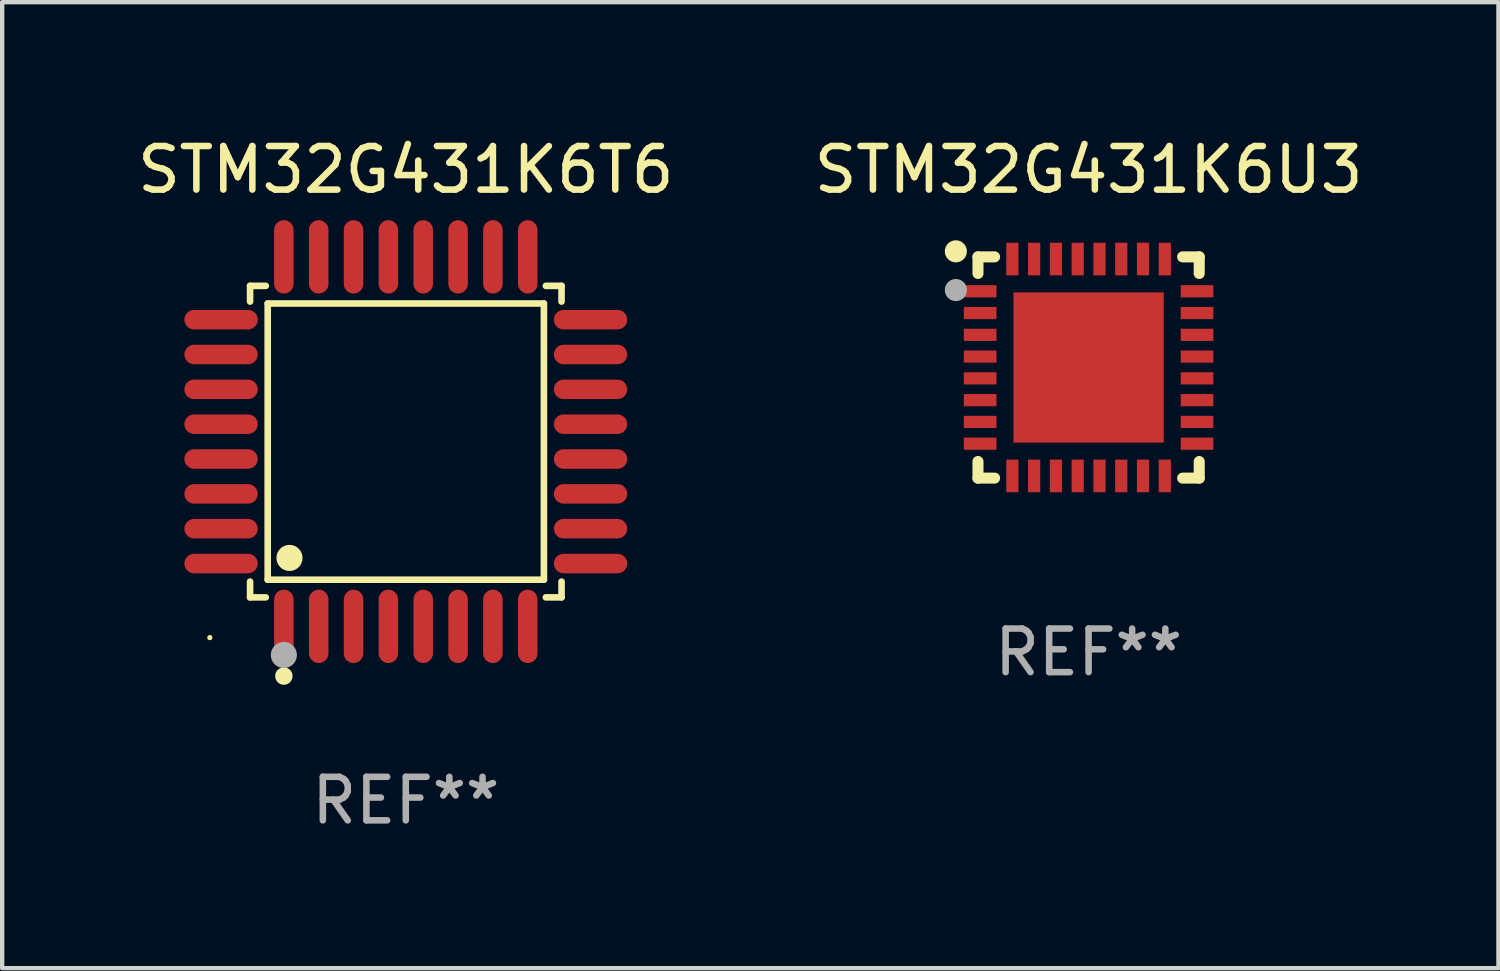
<source format=kicad_pcb>
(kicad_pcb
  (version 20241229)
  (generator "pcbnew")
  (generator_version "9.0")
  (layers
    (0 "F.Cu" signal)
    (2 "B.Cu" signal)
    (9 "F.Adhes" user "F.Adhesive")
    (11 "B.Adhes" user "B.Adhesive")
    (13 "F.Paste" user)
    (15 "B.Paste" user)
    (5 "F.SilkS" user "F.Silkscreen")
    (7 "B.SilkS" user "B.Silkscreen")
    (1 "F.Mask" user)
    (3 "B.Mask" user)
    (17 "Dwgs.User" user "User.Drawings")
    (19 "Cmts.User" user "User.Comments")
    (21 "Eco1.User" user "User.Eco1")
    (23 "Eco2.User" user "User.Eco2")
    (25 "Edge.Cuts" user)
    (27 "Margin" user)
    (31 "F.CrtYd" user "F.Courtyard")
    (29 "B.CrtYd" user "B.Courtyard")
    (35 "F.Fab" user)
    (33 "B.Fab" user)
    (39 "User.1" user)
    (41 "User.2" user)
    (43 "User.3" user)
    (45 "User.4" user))
  (footprint "STM32G431K6U3"
    (layer "F.Cu")
    (at 21.946 5.388)
    (property "Reference" "STM32G431K6U3" (at 0 -4.54 0) (layer "F.SilkS") (effects (font (size 1 1) (thickness 0.15))))
    (attr through_hole)
    (fp_line (start -2.54 -2.54) (end -2.159 -2.54) (stroke (width 0.254) (type solid)) (layer "F.SilkS"))
    (fp_line (start -2.54 -2.159) (end -2.54 -2.54) (stroke (width 0.254) (type solid)) (layer "F.SilkS"))
    (fp_line (start -2.54 2.54) (end -2.54 2.159) (stroke (width 0.254) (type solid)) (layer "F.SilkS"))
    (fp_line (start -2.159 2.54) (end -2.54 2.54) (stroke (width 0.254) (type solid)) (layer "F.SilkS"))
    (fp_line (start 2.159 -2.54) (end 2.54 -2.54) (stroke (width 0.254) (type solid)) (layer "F.SilkS"))
    (fp_line (start 2.54 -2.54) (end 2.54 -2.159) (stroke (width 0.254) (type solid)) (layer "F.SilkS"))
    (fp_line (start 2.54 2.159) (end 2.54 2.54) (stroke (width 0.254) (type solid)) (layer "F.SilkS"))
    (fp_line (start 2.54 2.54) (end 2.159 2.54) (stroke (width 0.254) (type solid)) (layer "F.SilkS"))
    (fp_circle (center -3.048 -2.667) (end -2.921 -2.667) (stroke (width 0.254) (type solid)) (fill no) (layer "F.SilkS"))
    (fp_circle (center -2.5 -2.5) (end -2.47 -2.5) (stroke (width 0.06) (type solid)) (fill no) (layer "F.SilkS"))
    (fp_circle (center -3.048 -1.778) (end -2.921 -1.778) (stroke (width 0.254) (type solid)) (fill no) (layer "F.Fab"))
    (fp_text user "REF**" (at 0 6.54 0) (layer "F.Fab") (effects (font (size 1 1) (thickness 0.15))))
    (pad "1" smd rect (at -2.49 -1.75) (size 0.75 0.28) (layers "F.Cu" "F.Mask" "F.Paste"))
    (pad "2" smd rect (at -2.49 -1.25) (size 0.75 0.28) (layers "F.Cu" "F.Mask" "F.Paste"))
    (pad "3" smd rect (at -2.49 -0.75) (size 0.75 0.28) (layers "F.Cu" "F.Mask" "F.Paste"))
    (pad "4" smd rect (at -2.49 -0.25) (size 0.75 0.28) (layers "F.Cu" "F.Mask" "F.Paste"))
    (pad "5" smd rect (at -2.49 0.25) (size 0.75 0.28) (layers "F.Cu" "F.Mask" "F.Paste"))
    (pad "6" smd rect (at -2.49 0.75) (size 0.75 0.28) (layers "F.Cu" "F.Mask" "F.Paste"))
    (pad "7" smd rect (at -2.49 1.25) (size 0.75 0.28) (layers "F.Cu" "F.Mask" "F.Paste"))
    (pad "8" smd rect (at -2.49 1.75) (size 0.75 0.28) (layers "F.Cu" "F.Mask" "F.Paste"))
    (pad "9" smd rect (at -1.75 2.49) (size 0.28 0.75) (layers "F.Cu" "F.Mask" "F.Paste"))
    (pad "10" smd rect (at -1.25 2.49) (size 0.28 0.75) (layers "F.Cu" "F.Mask" "F.Paste"))
    (pad "11" smd rect (at -0.75 2.49) (size 0.28 0.75) (layers "F.Cu" "F.Mask" "F.Paste"))
    (pad "12" smd rect (at -0.25 2.49) (size 0.28 0.75) (layers "F.Cu" "F.Mask" "F.Paste"))
    (pad "13" smd rect (at 0.25 2.49) (size 0.28 0.75) (layers "F.Cu" "F.Mask" "F.Paste"))
    (pad "14" smd rect (at 0.75 2.49) (size 0.28 0.75) (layers "F.Cu" "F.Mask" "F.Paste"))
    (pad "15" smd rect (at 1.25 2.49) (size 0.28 0.75) (layers "F.Cu" "F.Mask" "F.Paste"))
    (pad "16" smd rect (at 1.75 2.49) (size 0.28 0.75) (layers "F.Cu" "F.Mask" "F.Paste"))
    (pad "17" smd rect (at 2.49 1.75) (size 0.75 0.28) (layers "F.Cu" "F.Mask" "F.Paste"))
    (pad "18" smd rect (at 2.49 1.25) (size 0.75 0.28) (layers "F.Cu" "F.Mask" "F.Paste"))
    (pad "19" smd rect (at 2.49 0.75) (size 0.75 0.28) (layers "F.Cu" "F.Mask" "F.Paste"))
    (pad "20" smd rect (at 2.49 0.25) (size 0.75 0.28) (layers "F.Cu" "F.Mask" "F.Paste"))
    (pad "21" smd rect (at 2.49 -0.25) (size 0.75 0.28) (layers "F.Cu" "F.Mask" "F.Paste"))
    (pad "22" smd rect (at 2.49 -0.75) (size 0.75 0.28) (layers "F.Cu" "F.Mask" "F.Paste"))
    (pad "23" smd rect (at 2.49 -1.25) (size 0.75 0.28) (layers "F.Cu" "F.Mask" "F.Paste"))
    (pad "24" smd rect (at 2.49 -1.75) (size 0.75 0.28) (layers "F.Cu" "F.Mask" "F.Paste"))
    (pad "25" smd rect (at 1.75 -2.49) (size 0.28 0.75) (layers "F.Cu" "F.Mask" "F.Paste"))
    (pad "26" smd rect (at 1.25 -2.49) (size 0.28 0.75) (layers "F.Cu" "F.Mask" "F.Paste"))
    (pad "27" smd rect (at 0.75 -2.49) (size 0.28 0.75) (layers "F.Cu" "F.Mask" "F.Paste"))
    (pad "28" smd rect (at 0.25 -2.49) (size 0.28 0.75) (layers "F.Cu" "F.Mask" "F.Paste"))
    (pad "29" smd rect (at -0.25 -2.49) (size 0.28 0.75) (layers "F.Cu" "F.Mask" "F.Paste"))
    (pad "30" smd rect (at -0.75 -2.49) (size 0.28 0.75) (layers "F.Cu" "F.Mask" "F.Paste"))
    (pad "31" smd rect (at -1.25 -2.49) (size 0.28 0.75) (layers "F.Cu" "F.Mask" "F.Paste"))
    (pad "32" smd rect (at -1.75 -2.49) (size 0.28 0.75) (layers "F.Cu" "F.Mask" "F.Paste"))
    (pad "33" smd rect (at 0 0) (size 3.45 3.45) (layers "F.Cu" "F.Mask" "F.Paste")))
  (footprint "STM32G431K6T6"
    (layer "F.Cu")
    (at 6.268 7.09)
    (property "Reference" "STM32G431K6T6" (at 0 -6.242 0) (layer "F.SilkS") (effects (font (size 1 1) (thickness 0.15))))
    (attr through_hole)
    (fp_line (start -3.576 -3.576) (end -3.215 -3.576) (stroke (width 0.152) (type solid)) (layer "F.SilkS"))
    (fp_line (start -3.576 -3.215) (end -3.576 -3.576) (stroke (width 0.152) (type solid)) (layer "F.SilkS"))
    (fp_line (start -3.576 3.215) (end -3.576 3.576) (stroke (width 0.152) (type solid)) (layer "F.SilkS"))
    (fp_line (start -3.576 3.576) (end -3.215 3.576) (stroke (width 0.152) (type solid)) (layer "F.SilkS"))
    (fp_line (start -3.171 -3.171) (end 3.171 -3.171) (stroke (width 0.152) (type solid)) (layer "F.SilkS"))
    (fp_line (start -3.171 3.171) (end -3.171 -3.171) (stroke (width 0.152) (type solid)) (layer "F.SilkS"))
    (fp_line (start 3.171 -3.171) (end 3.171 3.171) (stroke (width 0.152) (type solid)) (layer "F.SilkS"))
    (fp_line (start 3.171 3.171) (end -3.171 3.171) (stroke (width 0.152) (type solid)) (layer "F.SilkS"))
    (fp_line (start 3.576 -3.576) (end 3.215 -3.576) (stroke (width 0.152) (type solid)) (layer "F.SilkS"))
    (fp_line (start 3.576 -3.215) (end 3.576 -3.576) (stroke (width 0.152) (type solid)) (layer "F.SilkS"))
    (fp_line (start 3.576 3.215) (end 3.576 3.576) (stroke (width 0.152) (type solid)) (layer "F.SilkS"))
    (fp_line (start 3.576 3.576) (end 3.215 3.576) (stroke (width 0.152) (type solid)) (layer "F.SilkS"))
    (fp_circle (center -4.5 4.5) (end -4.47 4.5) (stroke (width 0.06) (type solid)) (fill no) (layer "F.SilkS"))
    (fp_circle (center -2.8 5.384) (end -2.7 5.384) (stroke (width 0.2) (type solid)) (fill no) (layer "F.SilkS"))
    (fp_circle (center -2.671 2.671) (end -2.521 2.671) (stroke (width 0.3) (type solid)) (fill no) (layer "F.SilkS"))
    (fp_circle (center -2.8 4.9) (end -2.65 4.9) (stroke (width 0.3) (type solid)) (fill no) (layer "F.Fab"))
    (fp_text user "REF**" (at 0 8.242 0) (layer "F.Fab") (effects (font (size 1 1) (thickness 0.15))))
    (pad "1" smd oval (at -2.8 4.242) (size 0.448 1.684) (layers "F.Cu" "F.Mask" "F.Paste"))
    (pad "2" smd oval (at -2 4.242) (size 0.448 1.684) (layers "F.Cu" "F.Mask" "F.Paste"))
    (pad "3" smd oval (at -1.2 4.242) (size 0.448 1.684) (layers "F.Cu" "F.Mask" "F.Paste"))
    (pad "4" smd oval (at -0.4 4.242) (size 0.448 1.684) (layers "F.Cu" "F.Mask" "F.Paste"))
    (pad "5" smd oval (at 0.4 4.242) (size 0.448 1.684) (layers "F.Cu" "F.Mask" "F.Paste"))
    (pad "6" smd oval (at 1.2 4.242) (size 0.448 1.684) (layers "F.Cu" "F.Mask" "F.Paste"))
    (pad "7" smd oval (at 2 4.242) (size 0.448 1.684) (layers "F.Cu" "F.Mask" "F.Paste"))
    (pad "8" smd oval (at 2.8 4.242) (size 0.448 1.684) (layers "F.Cu" "F.Mask" "F.Paste"))
    (pad "9" smd oval (at 4.242 2.8) (size 1.684 0.448) (layers "F.Cu" "F.Mask" "F.Paste"))
    (pad "10" smd oval (at 4.242 2) (size 1.684 0.448) (layers "F.Cu" "F.Mask" "F.Paste"))
    (pad "11" smd oval (at 4.242 1.2) (size 1.684 0.448) (layers "F.Cu" "F.Mask" "F.Paste"))
    (pad "12" smd oval (at 4.242 0.4) (size 1.684 0.448) (layers "F.Cu" "F.Mask" "F.Paste"))
    (pad "13" smd oval (at 4.242 -0.4) (size 1.684 0.448) (layers "F.Cu" "F.Mask" "F.Paste"))
    (pad "14" smd oval (at 4.242 -1.2) (size 1.684 0.448) (layers "F.Cu" "F.Mask" "F.Paste"))
    (pad "15" smd oval (at 4.242 -2) (size 1.684 0.448) (layers "F.Cu" "F.Mask" "F.Paste"))
    (pad "16" smd oval (at 4.242 -2.8) (size 1.684 0.448) (layers "F.Cu" "F.Mask" "F.Paste"))
    (pad "17" smd oval (at 2.8 -4.242) (size 0.448 1.684) (layers "F.Cu" "F.Mask" "F.Paste"))
    (pad "18" smd oval (at 2 -4.242) (size 0.448 1.684) (layers "F.Cu" "F.Mask" "F.Paste"))
    (pad "19" smd oval (at 1.2 -4.242) (size 0.448 1.684) (layers "F.Cu" "F.Mask" "F.Paste"))
    (pad "20" smd oval (at 0.4 -4.242) (size 0.448 1.684) (layers "F.Cu" "F.Mask" "F.Paste"))
    (pad "21" smd oval (at -0.4 -4.242) (size 0.448 1.684) (layers "F.Cu" "F.Mask" "F.Paste"))
    (pad "22" smd oval (at -1.2 -4.242) (size 0.448 1.684) (layers "F.Cu" "F.Mask" "F.Paste"))
    (pad "23" smd oval (at -2 -4.242) (size 0.448 1.684) (layers "F.Cu" "F.Mask" "F.Paste"))
    (pad "24" smd oval (at -2.8 -4.242) (size 0.448 1.684) (layers "F.Cu" "F.Mask" "F.Paste"))
    (pad "25" smd oval (at -4.242 -2.8) (size 1.684 0.448) (layers "F.Cu" "F.Mask" "F.Paste"))
    (pad "26" smd oval (at -4.242 -2) (size 1.684 0.448) (layers "F.Cu" "F.Mask" "F.Paste"))
    (pad "27" smd oval (at -4.242 -1.2) (size 1.684 0.448) (layers "F.Cu" "F.Mask" "F.Paste"))
    (pad "28" smd oval (at -4.242 -0.4) (size 1.684 0.448) (layers "F.Cu" "F.Mask" "F.Paste"))
    (pad "29" smd oval (at -4.242 0.4) (size 1.684 0.448) (layers "F.Cu" "F.Mask" "F.Paste"))
    (pad "30" smd oval (at -4.242 1.2) (size 1.684 0.448) (layers "F.Cu" "F.Mask" "F.Paste"))
    (pad "31" smd oval (at -4.242 2) (size 1.684 0.448) (layers "F.Cu" "F.Mask" "F.Paste"))
    (pad "32" smd oval (at -4.242 2.8) (size 1.684 0.448) (layers "F.Cu" "F.Mask" "F.Paste")))
  (gr_rect
    (start -3 -3)
    (end 31.357 19.181)
    (stroke (width 0.1) (type default))
    (fill no)
    (layer "Edge.Cuts")))
</source>
